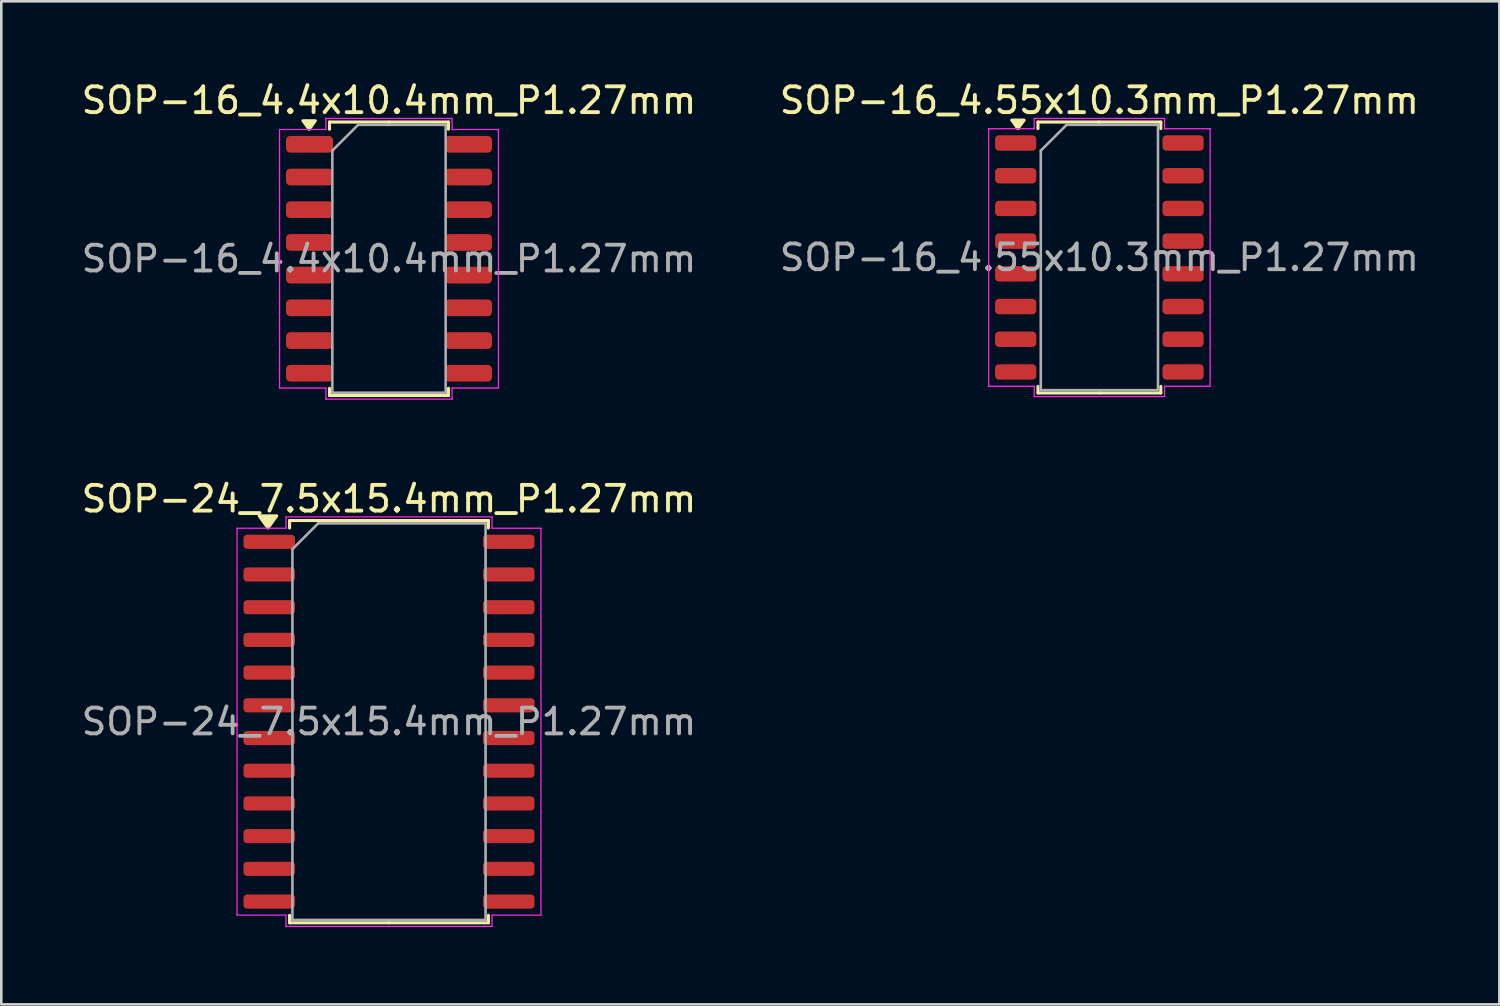
<source format=kicad_pcb>
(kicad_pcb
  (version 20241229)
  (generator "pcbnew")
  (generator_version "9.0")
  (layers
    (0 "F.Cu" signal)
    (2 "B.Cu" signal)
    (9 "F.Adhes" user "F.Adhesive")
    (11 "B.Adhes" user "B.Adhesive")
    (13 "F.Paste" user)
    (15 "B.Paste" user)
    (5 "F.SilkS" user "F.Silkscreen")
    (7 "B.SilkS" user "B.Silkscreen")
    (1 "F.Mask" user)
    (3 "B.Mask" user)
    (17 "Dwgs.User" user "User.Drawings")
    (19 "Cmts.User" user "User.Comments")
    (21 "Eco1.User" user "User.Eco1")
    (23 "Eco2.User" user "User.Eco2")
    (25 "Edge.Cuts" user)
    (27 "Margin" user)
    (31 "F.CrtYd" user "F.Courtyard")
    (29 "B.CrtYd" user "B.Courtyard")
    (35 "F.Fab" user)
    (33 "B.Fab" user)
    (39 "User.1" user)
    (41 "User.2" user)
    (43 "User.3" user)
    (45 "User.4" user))
  (footprint "SOP-24_7.5x15.4mm_P1.27mm"
    (layer "F.Cu")
    (at 12.054 24.971)
    (property "Reference" "SOP-24_7.5x15.4mm_P1.27mm" (at 0 -8.65 0) (layer "F.SilkS") (effects (font (size 1 1) (thickness 0.15))))
    (attr smd)
    (fp_line (start -3.86 -7.81) (end -3.86 -7.52) (stroke (width 0.12) (type solid)) (layer "F.SilkS"))
    (fp_line (start -3.86 7.81) (end -3.86 7.52) (stroke (width 0.12) (type solid)) (layer "F.SilkS"))
    (fp_line (start 0 -7.81) (end -3.86 -7.81) (stroke (width 0.12) (type solid)) (layer "F.SilkS"))
    (fp_line (start 0 -7.81) (end 3.86 -7.81) (stroke (width 0.12) (type solid)) (layer "F.SilkS"))
    (fp_line (start 0 7.81) (end -3.86 7.81) (stroke (width 0.12) (type solid)) (layer "F.SilkS"))
    (fp_line (start 0 7.81) (end 3.86 7.81) (stroke (width 0.12) (type solid)) (layer "F.SilkS"))
    (fp_line (start 3.86 -7.81) (end 3.86 -7.52) (stroke (width 0.12) (type solid)) (layer "F.SilkS"))
    (fp_line (start 3.86 7.81) (end 3.86 7.52) (stroke (width 0.12) (type solid)) (layer "F.SilkS"))
    (fp_poly (pts (xy -4.7 -7.52) (xy -5.04 -7.99) (xy -4.36 -7.99)) (stroke (width 0.12) (type solid)) (fill yes) (layer "F.SilkS"))
    (fp_line (start -5.9 -7.51) (end -4 -7.51) (stroke (width 0.05) (type solid)) (layer "F.CrtYd"))
    (fp_line (start -5.9 7.51) (end -5.9 -7.51) (stroke (width 0.05) (type solid)) (layer "F.CrtYd"))
    (fp_line (start -4 -7.95) (end 4 -7.95) (stroke (width 0.05) (type solid)) (layer "F.CrtYd"))
    (fp_line (start -4 -7.51) (end -4 -7.95) (stroke (width 0.05) (type solid)) (layer "F.CrtYd"))
    (fp_line (start -4 7.51) (end -5.9 7.51) (stroke (width 0.05) (type solid)) (layer "F.CrtYd"))
    (fp_line (start -4 7.95) (end -4 7.51) (stroke (width 0.05) (type solid)) (layer "F.CrtYd"))
    (fp_line (start 4 -7.95) (end 4 -7.51) (stroke (width 0.05) (type solid)) (layer "F.CrtYd"))
    (fp_line (start 4 -7.51) (end 5.9 -7.51) (stroke (width 0.05) (type solid)) (layer "F.CrtYd"))
    (fp_line (start 4 7.51) (end 4 7.95) (stroke (width 0.05) (type solid)) (layer "F.CrtYd"))
    (fp_line (start 4 7.95) (end -4 7.95) (stroke (width 0.05) (type solid)) (layer "F.CrtYd"))
    (fp_line (start 5.9 -7.51) (end 5.9 7.51) (stroke (width 0.05) (type solid)) (layer "F.CrtYd"))
    (fp_line (start 5.9 7.51) (end 4 7.51) (stroke (width 0.05) (type solid)) (layer "F.CrtYd"))
    (fp_line (start -3.75 -6.7) (end -2.75 -7.7) (stroke (width 0.1) (type solid)) (layer "F.Fab"))
    (fp_line (start -3.75 7.7) (end -3.75 -6.7) (stroke (width 0.1) (type solid)) (layer "F.Fab"))
    (fp_line (start -2.75 -7.7) (end 3.75 -7.7) (stroke (width 0.1) (type solid)) (layer "F.Fab"))
    (fp_line (start 3.75 -7.7) (end 3.75 7.7) (stroke (width 0.1) (type solid)) (layer "F.Fab"))
    (fp_line (start 3.75 7.7) (end -3.75 7.7) (stroke (width 0.1) (type solid)) (layer "F.Fab"))
    (fp_text user "${REFERENCE}" (at 0 0 0) (layer "F.Fab") (effects (font (size 1 1) (thickness 0.15))))
    (pad "1" smd roundrect (at -4.65 -6.985) (size 2 0.55) (layers "F.Cu" "F.Mask" "F.Paste") (roundrect_rratio 0.25))
    (pad "2" smd roundrect (at -4.65 -5.715) (size 2 0.55) (layers "F.Cu" "F.Mask" "F.Paste") (roundrect_rratio 0.25))
    (pad "3" smd roundrect (at -4.65 -4.445) (size 2 0.55) (layers "F.Cu" "F.Mask" "F.Paste") (roundrect_rratio 0.25))
    (pad "4" smd roundrect (at -4.65 -3.175) (size 2 0.55) (layers "F.Cu" "F.Mask" "F.Paste") (roundrect_rratio 0.25))
    (pad "5" smd roundrect (at -4.65 -1.905) (size 2 0.55) (layers "F.Cu" "F.Mask" "F.Paste") (roundrect_rratio 0.25))
    (pad "6" smd roundrect (at -4.65 -0.635) (size 2 0.55) (layers "F.Cu" "F.Mask" "F.Paste") (roundrect_rratio 0.25))
    (pad "7" smd roundrect (at -4.65 0.635) (size 2 0.55) (layers "F.Cu" "F.Mask" "F.Paste") (roundrect_rratio 0.25))
    (pad "8" smd roundrect (at -4.65 1.905) (size 2 0.55) (layers "F.Cu" "F.Mask" "F.Paste") (roundrect_rratio 0.25))
    (pad "9" smd roundrect (at -4.65 3.175) (size 2 0.55) (layers "F.Cu" "F.Mask" "F.Paste") (roundrect_rratio 0.25))
    (pad "10" smd roundrect (at -4.65 4.445) (size 2 0.55) (layers "F.Cu" "F.Mask" "F.Paste") (roundrect_rratio 0.25))
    (pad "11" smd roundrect (at -4.65 5.715) (size 2 0.55) (layers "F.Cu" "F.Mask" "F.Paste") (roundrect_rratio 0.25))
    (pad "12" smd roundrect (at -4.65 6.985) (size 2 0.55) (layers "F.Cu" "F.Mask" "F.Paste") (roundrect_rratio 0.25))
    (pad "13" smd roundrect (at 4.65 6.985) (size 2 0.55) (layers "F.Cu" "F.Mask" "F.Paste") (roundrect_rratio 0.25))
    (pad "14" smd roundrect (at 4.65 5.715) (size 2 0.55) (layers "F.Cu" "F.Mask" "F.Paste") (roundrect_rratio 0.25))
    (pad "15" smd roundrect (at 4.65 4.445) (size 2 0.55) (layers "F.Cu" "F.Mask" "F.Paste") (roundrect_rratio 0.25))
    (pad "16" smd roundrect (at 4.65 3.175) (size 2 0.55) (layers "F.Cu" "F.Mask" "F.Paste") (roundrect_rratio 0.25))
    (pad "17" smd roundrect (at 4.65 1.905) (size 2 0.55) (layers "F.Cu" "F.Mask" "F.Paste") (roundrect_rratio 0.25))
    (pad "18" smd roundrect (at 4.65 0.635) (size 2 0.55) (layers "F.Cu" "F.Mask" "F.Paste") (roundrect_rratio 0.25))
    (pad "19" smd roundrect (at 4.65 -0.635) (size 2 0.55) (layers "F.Cu" "F.Mask" "F.Paste") (roundrect_rratio 0.25))
    (pad "20" smd roundrect (at 4.65 -1.905) (size 2 0.55) (layers "F.Cu" "F.Mask" "F.Paste") (roundrect_rratio 0.25))
    (pad "21" smd roundrect (at 4.65 -3.175) (size 2 0.55) (layers "F.Cu" "F.Mask" "F.Paste") (roundrect_rratio 0.25))
    (pad "22" smd roundrect (at 4.65 -4.445) (size 2 0.55) (layers "F.Cu" "F.Mask" "F.Paste") (roundrect_rratio 0.25))
    (pad "23" smd roundrect (at 4.65 -5.715) (size 2 0.55) (layers "F.Cu" "F.Mask" "F.Paste") (roundrect_rratio 0.25))
    (pad "24" smd roundrect (at 4.65 -6.985) (size 2 0.55) (layers "F.Cu" "F.Mask" "F.Paste") (roundrect_rratio 0.25)))
  (footprint "SOP-16_4.55x10.3mm_P1.27mm"
    (layer "F.Cu")
    (at 39.637 6.948)
    (property "Reference" "SOP-16_4.55x10.3mm_P1.27mm" (at 0 -6.1 0) (layer "F.SilkS") (effects (font (size 1 1) (thickness 0.15))))
    (attr smd)
    (fp_line (start -2.385 -5.26) (end -2.385 -5.005) (stroke (width 0.12) (type solid)) (layer "F.SilkS"))
    (fp_line (start -2.385 5.26) (end -2.385 5.005) (stroke (width 0.12) (type solid)) (layer "F.SilkS"))
    (fp_line (start 0 -5.26) (end -2.385 -5.26) (stroke (width 0.12) (type solid)) (layer "F.SilkS"))
    (fp_line (start 0 -5.26) (end 2.385 -5.26) (stroke (width 0.12) (type solid)) (layer "F.SilkS"))
    (fp_line (start 0 5.26) (end -2.385 5.26) (stroke (width 0.12) (type solid)) (layer "F.SilkS"))
    (fp_line (start 0 5.26) (end 2.385 5.26) (stroke (width 0.12) (type solid)) (layer "F.SilkS"))
    (fp_line (start 2.385 -5.26) (end 2.385 -5.005) (stroke (width 0.12) (type solid)) (layer "F.SilkS"))
    (fp_line (start 2.385 5.26) (end 2.385 5.005) (stroke (width 0.12) (type solid)) (layer "F.SilkS"))
    (fp_poly (pts (xy -3.163 -5.005) (xy -3.402 -5.335) (xy -2.922 -5.335)) (stroke (width 0.12) (type solid)) (fill yes) (layer "F.SilkS"))
    (fp_line (start -4.3 -5) (end -2.53 -5) (stroke (width 0.05) (type solid)) (layer "F.CrtYd"))
    (fp_line (start -4.3 5) (end -4.3 -5) (stroke (width 0.05) (type solid)) (layer "F.CrtYd"))
    (fp_line (start -2.53 -5.4) (end 2.53 -5.4) (stroke (width 0.05) (type solid)) (layer "F.CrtYd"))
    (fp_line (start -2.53 -5) (end -2.53 -5.4) (stroke (width 0.05) (type solid)) (layer "F.CrtYd"))
    (fp_line (start -2.53 5) (end -4.3 5) (stroke (width 0.05) (type solid)) (layer "F.CrtYd"))
    (fp_line (start -2.53 5.4) (end -2.53 5) (stroke (width 0.05) (type solid)) (layer "F.CrtYd"))
    (fp_line (start 2.53 -5.4) (end 2.53 -5) (stroke (width 0.05) (type solid)) (layer "F.CrtYd"))
    (fp_line (start 2.53 -5) (end 4.3 -5) (stroke (width 0.05) (type solid)) (layer "F.CrtYd"))
    (fp_line (start 2.53 5) (end 2.53 5.4) (stroke (width 0.05) (type solid)) (layer "F.CrtYd"))
    (fp_line (start 2.53 5.4) (end -2.53 5.4) (stroke (width 0.05) (type solid)) (layer "F.CrtYd"))
    (fp_line (start 4.3 -5) (end 4.3 5) (stroke (width 0.05) (type solid)) (layer "F.CrtYd"))
    (fp_line (start 4.3 5) (end 2.53 5) (stroke (width 0.05) (type solid)) (layer "F.CrtYd"))
    (fp_line (start -2.275 -4.15) (end -1.275 -5.15) (stroke (width 0.1) (type solid)) (layer "F.Fab"))
    (fp_line (start -2.275 5.15) (end -2.275 -4.15) (stroke (width 0.1) (type solid)) (layer "F.Fab"))
    (fp_line (start -1.275 -5.15) (end 2.275 -5.15) (stroke (width 0.1) (type solid)) (layer "F.Fab"))
    (fp_line (start 2.275 -5.15) (end 2.275 5.15) (stroke (width 0.1) (type solid)) (layer "F.Fab"))
    (fp_line (start 2.275 5.15) (end -2.275 5.15) (stroke (width 0.1) (type solid)) (layer "F.Fab"))
    (fp_text user "${REFERENCE}" (at 0 0 0) (layer "F.Fab") (effects (font (size 1 1) (thickness 0.15))))
    (pad "1" smd roundrect (at -3.25 -4.445) (size 1.6 0.6) (layers "F.Cu" "F.Mask" "F.Paste") (roundrect_rratio 0.25))
    (pad "2" smd roundrect (at -3.25 -3.175) (size 1.6 0.6) (layers "F.Cu" "F.Mask" "F.Paste") (roundrect_rratio 0.25))
    (pad "3" smd roundrect (at -3.25 -1.905) (size 1.6 0.6) (layers "F.Cu" "F.Mask" "F.Paste") (roundrect_rratio 0.25))
    (pad "4" smd roundrect (at -3.25 -0.635) (size 1.6 0.6) (layers "F.Cu" "F.Mask" "F.Paste") (roundrect_rratio 0.25))
    (pad "5" smd roundrect (at -3.25 0.635) (size 1.6 0.6) (layers "F.Cu" "F.Mask" "F.Paste") (roundrect_rratio 0.25))
    (pad "6" smd roundrect (at -3.25 1.905) (size 1.6 0.6) (layers "F.Cu" "F.Mask" "F.Paste") (roundrect_rratio 0.25))
    (pad "7" smd roundrect (at -3.25 3.175) (size 1.6 0.6) (layers "F.Cu" "F.Mask" "F.Paste") (roundrect_rratio 0.25))
    (pad "8" smd roundrect (at -3.25 4.445) (size 1.6 0.6) (layers "F.Cu" "F.Mask" "F.Paste") (roundrect_rratio 0.25))
    (pad "9" smd roundrect (at 3.25 4.445) (size 1.6 0.6) (layers "F.Cu" "F.Mask" "F.Paste") (roundrect_rratio 0.25))
    (pad "10" smd roundrect (at 3.25 3.175) (size 1.6 0.6) (layers "F.Cu" "F.Mask" "F.Paste") (roundrect_rratio 0.25))
    (pad "11" smd roundrect (at 3.25 1.905) (size 1.6 0.6) (layers "F.Cu" "F.Mask" "F.Paste") (roundrect_rratio 0.25))
    (pad "12" smd roundrect (at 3.25 0.635) (size 1.6 0.6) (layers "F.Cu" "F.Mask" "F.Paste") (roundrect_rratio 0.25))
    (pad "13" smd roundrect (at 3.25 -0.635) (size 1.6 0.6) (layers "F.Cu" "F.Mask" "F.Paste") (roundrect_rratio 0.25))
    (pad "14" smd roundrect (at 3.25 -1.905) (size 1.6 0.6) (layers "F.Cu" "F.Mask" "F.Paste") (roundrect_rratio 0.25))
    (pad "15" smd roundrect (at 3.25 -3.175) (size 1.6 0.6) (layers "F.Cu" "F.Mask" "F.Paste") (roundrect_rratio 0.25))
    (pad "16" smd roundrect (at 3.25 -4.445) (size 1.6 0.6) (layers "F.Cu" "F.Mask" "F.Paste") (roundrect_rratio 0.25)))
  (footprint "SOP-16_4.4x10.4mm_P1.27mm"
    (layer "F.Cu")
    (at 12.054 6.998)
    (property "Reference" "SOP-16_4.4x10.4mm_P1.27mm" (at 0 -6.15 0) (layer "F.SilkS") (effects (font (size 1 1) (thickness 0.15))))
    (attr smd)
    (fp_line (start -2.31 -5.31) (end -2.31 -5.03) (stroke (width 0.12) (type solid)) (layer "F.SilkS"))
    (fp_line (start -2.31 5.31) (end -2.31 5.03) (stroke (width 0.12) (type solid)) (layer "F.SilkS"))
    (fp_line (start 0 -5.31) (end -2.31 -5.31) (stroke (width 0.12) (type solid)) (layer "F.SilkS"))
    (fp_line (start 0 -5.31) (end 2.31 -5.31) (stroke (width 0.12) (type solid)) (layer "F.SilkS"))
    (fp_line (start 0 5.31) (end -2.31 5.31) (stroke (width 0.12) (type solid)) (layer "F.SilkS"))
    (fp_line (start 0 5.31) (end 2.31 5.31) (stroke (width 0.12) (type solid)) (layer "F.SilkS"))
    (fp_line (start 2.31 -5.31) (end 2.31 -5.03) (stroke (width 0.12) (type solid)) (layer "F.SilkS"))
    (fp_line (start 2.31 5.31) (end 2.31 5.03) (stroke (width 0.12) (type solid)) (layer "F.SilkS"))
    (fp_poly (pts (xy -3.1 -5.03) (xy -3.34 -5.36) (xy -2.86 -5.36)) (stroke (width 0.12) (type solid)) (fill yes) (layer "F.SilkS"))
    (fp_line (start -4.25 -5.02) (end -2.45 -5.02) (stroke (width 0.05) (type solid)) (layer "F.CrtYd"))
    (fp_line (start -4.25 5.02) (end -4.25 -5.02) (stroke (width 0.05) (type solid)) (layer "F.CrtYd"))
    (fp_line (start -2.45 -5.45) (end 2.45 -5.45) (stroke (width 0.05) (type solid)) (layer "F.CrtYd"))
    (fp_line (start -2.45 -5.02) (end -2.45 -5.45) (stroke (width 0.05) (type solid)) (layer "F.CrtYd"))
    (fp_line (start -2.45 5.02) (end -4.25 5.02) (stroke (width 0.05) (type solid)) (layer "F.CrtYd"))
    (fp_line (start -2.45 5.45) (end -2.45 5.02) (stroke (width 0.05) (type solid)) (layer "F.CrtYd"))
    (fp_line (start 2.45 -5.45) (end 2.45 -5.02) (stroke (width 0.05) (type solid)) (layer "F.CrtYd"))
    (fp_line (start 2.45 -5.02) (end 4.25 -5.02) (stroke (width 0.05) (type solid)) (layer "F.CrtYd"))
    (fp_line (start 2.45 5.02) (end 2.45 5.45) (stroke (width 0.05) (type solid)) (layer "F.CrtYd"))
    (fp_line (start 2.45 5.45) (end -2.45 5.45) (stroke (width 0.05) (type solid)) (layer "F.CrtYd"))
    (fp_line (start 4.25 -5.02) (end 4.25 5.02) (stroke (width 0.05) (type solid)) (layer "F.CrtYd"))
    (fp_line (start 4.25 5.02) (end 2.45 5.02) (stroke (width 0.05) (type solid)) (layer "F.CrtYd"))
    (fp_line (start -2.2 -4.2) (end -1.2 -5.2) (stroke (width 0.1) (type solid)) (layer "F.Fab"))
    (fp_line (start -2.2 5.2) (end -2.2 -4.2) (stroke (width 0.1) (type solid)) (layer "F.Fab"))
    (fp_line (start -1.2 -5.2) (end 2.2 -5.2) (stroke (width 0.1) (type solid)) (layer "F.Fab"))
    (fp_line (start 2.2 -5.2) (end 2.2 5.2) (stroke (width 0.1) (type solid)) (layer "F.Fab"))
    (fp_line (start 2.2 5.2) (end -2.2 5.2) (stroke (width 0.1) (type solid)) (layer "F.Fab"))
    (fp_text user "${REFERENCE}" (at 0 0 0) (layer "F.Fab") (effects (font (size 1 1) (thickness 0.15))))
    (pad "1" smd roundrect (at -3.087 -4.445) (size 1.825 0.65) (layers "F.Cu" "F.Mask" "F.Paste") (roundrect_rratio 0.25))
    (pad "2" smd roundrect (at -3.087 -3.175) (size 1.825 0.65) (layers "F.Cu" "F.Mask" "F.Paste") (roundrect_rratio 0.25))
    (pad "3" smd roundrect (at -3.087 -1.905) (size 1.825 0.65) (layers "F.Cu" "F.Mask" "F.Paste") (roundrect_rratio 0.25))
    (pad "4" smd roundrect (at -3.087 -0.635) (size 1.825 0.65) (layers "F.Cu" "F.Mask" "F.Paste") (roundrect_rratio 0.25))
    (pad "5" smd roundrect (at -3.087 0.635) (size 1.825 0.65) (layers "F.Cu" "F.Mask" "F.Paste") (roundrect_rratio 0.25))
    (pad "6" smd roundrect (at -3.087 1.905) (size 1.825 0.65) (layers "F.Cu" "F.Mask" "F.Paste") (roundrect_rratio 0.25))
    (pad "7" smd roundrect (at -3.087 3.175) (size 1.825 0.65) (layers "F.Cu" "F.Mask" "F.Paste") (roundrect_rratio 0.25))
    (pad "8" smd roundrect (at -3.087 4.445) (size 1.825 0.65) (layers "F.Cu" "F.Mask" "F.Paste") (roundrect_rratio 0.25))
    (pad "9" smd roundrect (at 3.087 4.445) (size 1.825 0.65) (layers "F.Cu" "F.Mask" "F.Paste") (roundrect_rratio 0.25))
    (pad "10" smd roundrect (at 3.087 3.175) (size 1.825 0.65) (layers "F.Cu" "F.Mask" "F.Paste") (roundrect_rratio 0.25))
    (pad "11" smd roundrect (at 3.087 1.905) (size 1.825 0.65) (layers "F.Cu" "F.Mask" "F.Paste") (roundrect_rratio 0.25))
    (pad "12" smd roundrect (at 3.087 0.635) (size 1.825 0.65) (layers "F.Cu" "F.Mask" "F.Paste") (roundrect_rratio 0.25))
    (pad "13" smd roundrect (at 3.087 -0.635) (size 1.825 0.65) (layers "F.Cu" "F.Mask" "F.Paste") (roundrect_rratio 0.25))
    (pad "14" smd roundrect (at 3.087 -1.905) (size 1.825 0.65) (layers "F.Cu" "F.Mask" "F.Paste") (roundrect_rratio 0.25))
    (pad "15" smd roundrect (at 3.087 -3.175) (size 1.825 0.65) (layers "F.Cu" "F.Mask" "F.Paste") (roundrect_rratio 0.25))
    (pad "16" smd roundrect (at 3.087 -4.445) (size 1.825 0.65) (layers "F.Cu" "F.Mask" "F.Paste") (roundrect_rratio 0.25)))
  (gr_rect
    (start -3 -3)
    (end 55.167 35.947)
    (stroke (width 0.1) (type default))
    (fill no)
    (layer "Edge.Cuts")))
</source>
